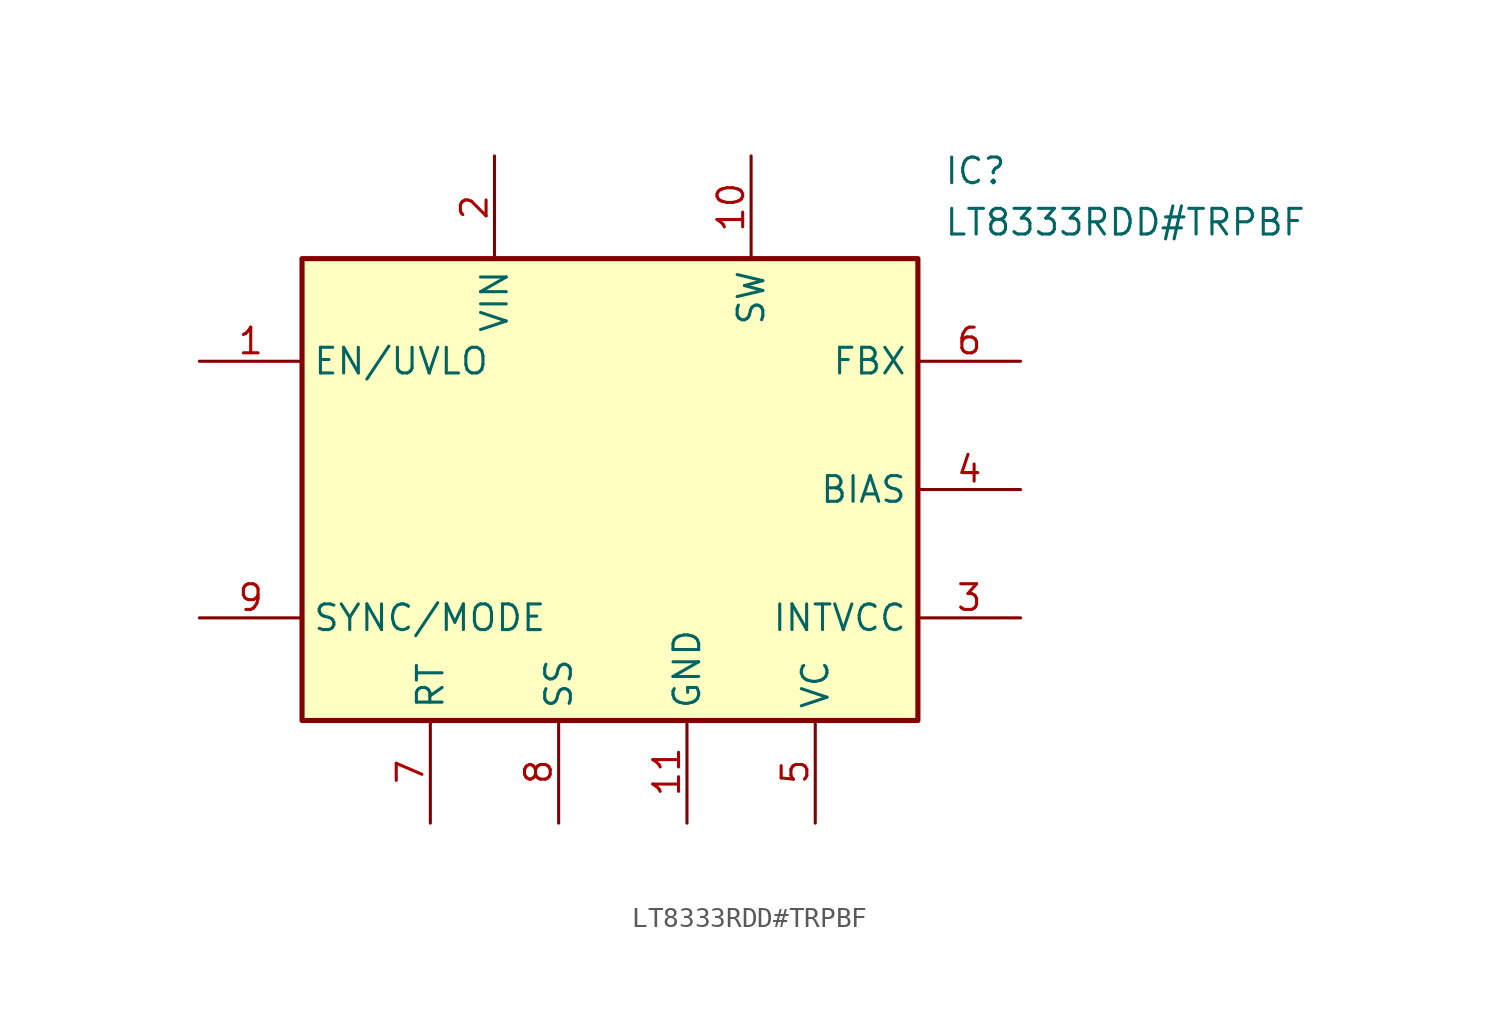
<source format=kicad_sym>
(kicad_symbol_lib
  (version 20220914)
  (generator kicad_symbol_editor)
  (symbol "LT8333RDD#TRPBF"
    (property "Reference" "IC"
      (at 36.83 7.62 0)
      (effects (font (size 1.27 1.27)) (justify left top)))
    (property "Value" "LT8333RDD#TRPBF"
      (at 36.83 5.08 0)
      (effects (font (size 1.27 1.27)) (justify left top)))
    (symbol "LT8333RDD#TRPBF_1_1"
      (rectangle (start 5.08 2.54) (end 35.56 -20.32) (stroke (width 0.254) (type default)) (fill (type background)))
      (pin passive line (at 0 -2.54 0) (length 5.08) (name "EN/UVLO" (effects (font (size 1.27 1.27)))) (number "1" (effects (font (size 1.27 1.27)))))
      (pin passive line (at 27.305 7.62 270) (length 5.08) (name "SW" (effects (font (size 1.27 1.27)))) (number "10" (effects (font (size 1.27 1.27)))))
      (pin passive line (at 24.13 -25.4 90) (length 5.08) (name "GND" (effects (font (size 1.27 1.27)))) (number "11" (effects (font (size 1.27 1.27)))))
      (pin passive line (at 14.605 7.62 270) (length 5.08) (name "VIN" (effects (font (size 1.27 1.27)))) (number "2" (effects (font (size 1.27 1.27)))))
      (pin passive line (at 40.64 -15.24 180) (length 5.08) (name "INTVCC" (effects (font (size 1.27 1.27)))) (number "3" (effects (font (size 1.27 1.27)))))
      (pin passive line (at 40.64 -8.89 180) (length 5.08) (name "BIAS" (effects (font (size 1.27 1.27)))) (number "4" (effects (font (size 1.27 1.27)))))
      (pin passive line (at 30.48 -25.4 90) (length 5.08) (name "VC" (effects (font (size 1.27 1.27)))) (number "5" (effects (font (size 1.27 1.27)))))
      (pin passive line (at 40.64 -2.54 180) (length 5.08) (name "FBX" (effects (font (size 1.27 1.27)))) (number "6" (effects (font (size 1.27 1.27)))))
      (pin passive line (at 11.43 -25.4 90) (length 5.08) (name "RT" (effects (font (size 1.27 1.27)))) (number "7" (effects (font (size 1.27 1.27)))))
      (pin passive line (at 17.78 -25.4 90) (length 5.08) (name "SS" (effects (font (size 1.27 1.27)))) (number "8" (effects (font (size 1.27 1.27)))))
      (pin passive line (at 0 -15.24 0) (length 5.08) (name "SYNC/MODE" (effects (font (size 1.27 1.27)))) (number "9" (effects (font (size 1.27 1.27))))))))
</source>
